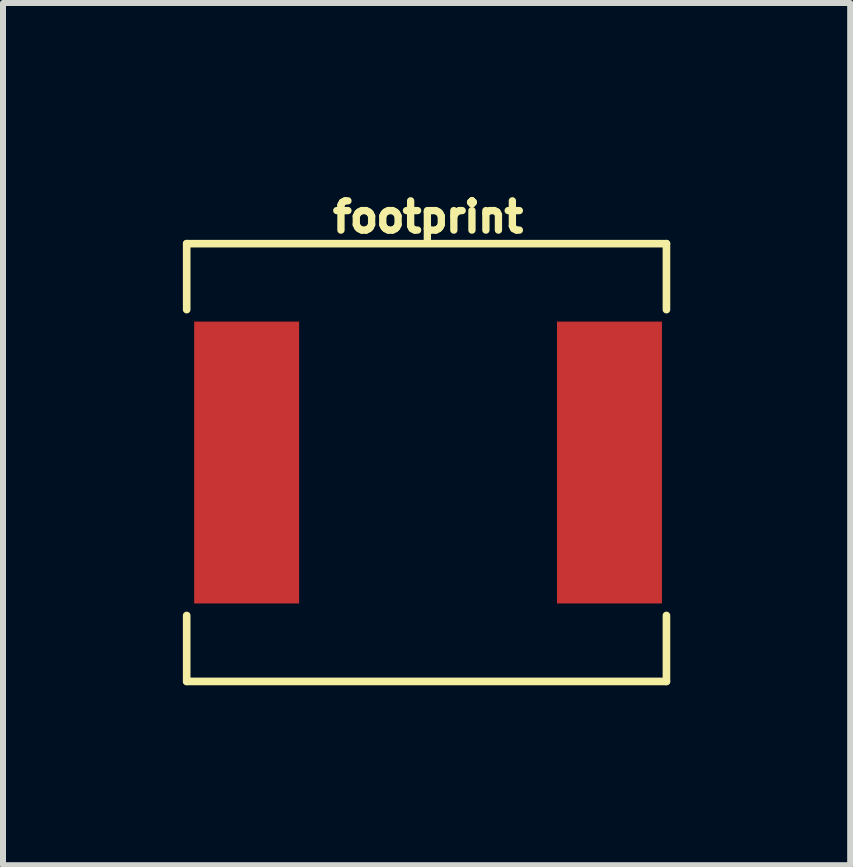
<source format=kicad_pcb>
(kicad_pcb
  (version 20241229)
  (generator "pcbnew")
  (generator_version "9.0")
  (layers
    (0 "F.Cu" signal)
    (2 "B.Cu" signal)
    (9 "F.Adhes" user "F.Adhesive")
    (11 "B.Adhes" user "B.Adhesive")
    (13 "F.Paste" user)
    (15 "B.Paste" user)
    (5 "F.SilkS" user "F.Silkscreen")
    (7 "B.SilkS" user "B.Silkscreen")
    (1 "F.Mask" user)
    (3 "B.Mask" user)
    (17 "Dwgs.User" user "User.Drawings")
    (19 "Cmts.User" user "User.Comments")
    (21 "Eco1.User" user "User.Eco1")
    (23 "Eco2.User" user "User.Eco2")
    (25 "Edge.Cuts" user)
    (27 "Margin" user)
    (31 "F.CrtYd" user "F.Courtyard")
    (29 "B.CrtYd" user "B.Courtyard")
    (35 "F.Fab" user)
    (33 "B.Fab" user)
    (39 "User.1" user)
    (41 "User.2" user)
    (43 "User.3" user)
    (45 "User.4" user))
  (footprint "footprint"
    (layer "F.Cu")
    (at 4.088 4.663)
    (property "Reference" "footprint" (at 0 -3.81 0) (layer "F.SilkS") (effects (font (size 0.488 0.488) (thickness 0.122)) (justify bottom)))
    (fp_line (start -4.025 -3.65) (end -4.025 -2.55) (stroke (width 0.127) (type solid)) (layer "F.SilkS"))
    (fp_line (start -4.025 -3.65) (end 3.975 -3.65) (stroke (width 0.127) (type solid)) (layer "F.SilkS"))
    (fp_line (start -4.025 3.65) (end -4.025 2.55) (stroke (width 0.127) (type solid)) (layer "F.SilkS"))
    (fp_line (start -4.025 3.65) (end 3.975 3.65) (stroke (width 0.127) (type solid)) (layer "F.SilkS"))
    (fp_line (start 3.975 -3.65) (end 3.975 -2.55) (stroke (width 0.127) (type solid)) (layer "F.SilkS"))
    (fp_line (start 3.975 3.65) (end 3.975 2.55) (stroke (width 0.127) (type solid)) (layer "F.SilkS"))
    (pad "P$1" smd rect (at -3.025 0 90) (size 4.7 1.75) (layers "F.Cu" "F.Mask" "F.Paste"))
    (pad "P$2" smd rect (at 3.025 0 90) (size 4.7 1.75) (layers "F.Cu" "F.Mask" "F.Paste")))
  (gr_rect
    (start -3 -3)
    (end 11.127 11.377)
    (stroke (width 0.1) (type default))
    (fill no)
    (layer "Edge.Cuts")))
</source>
